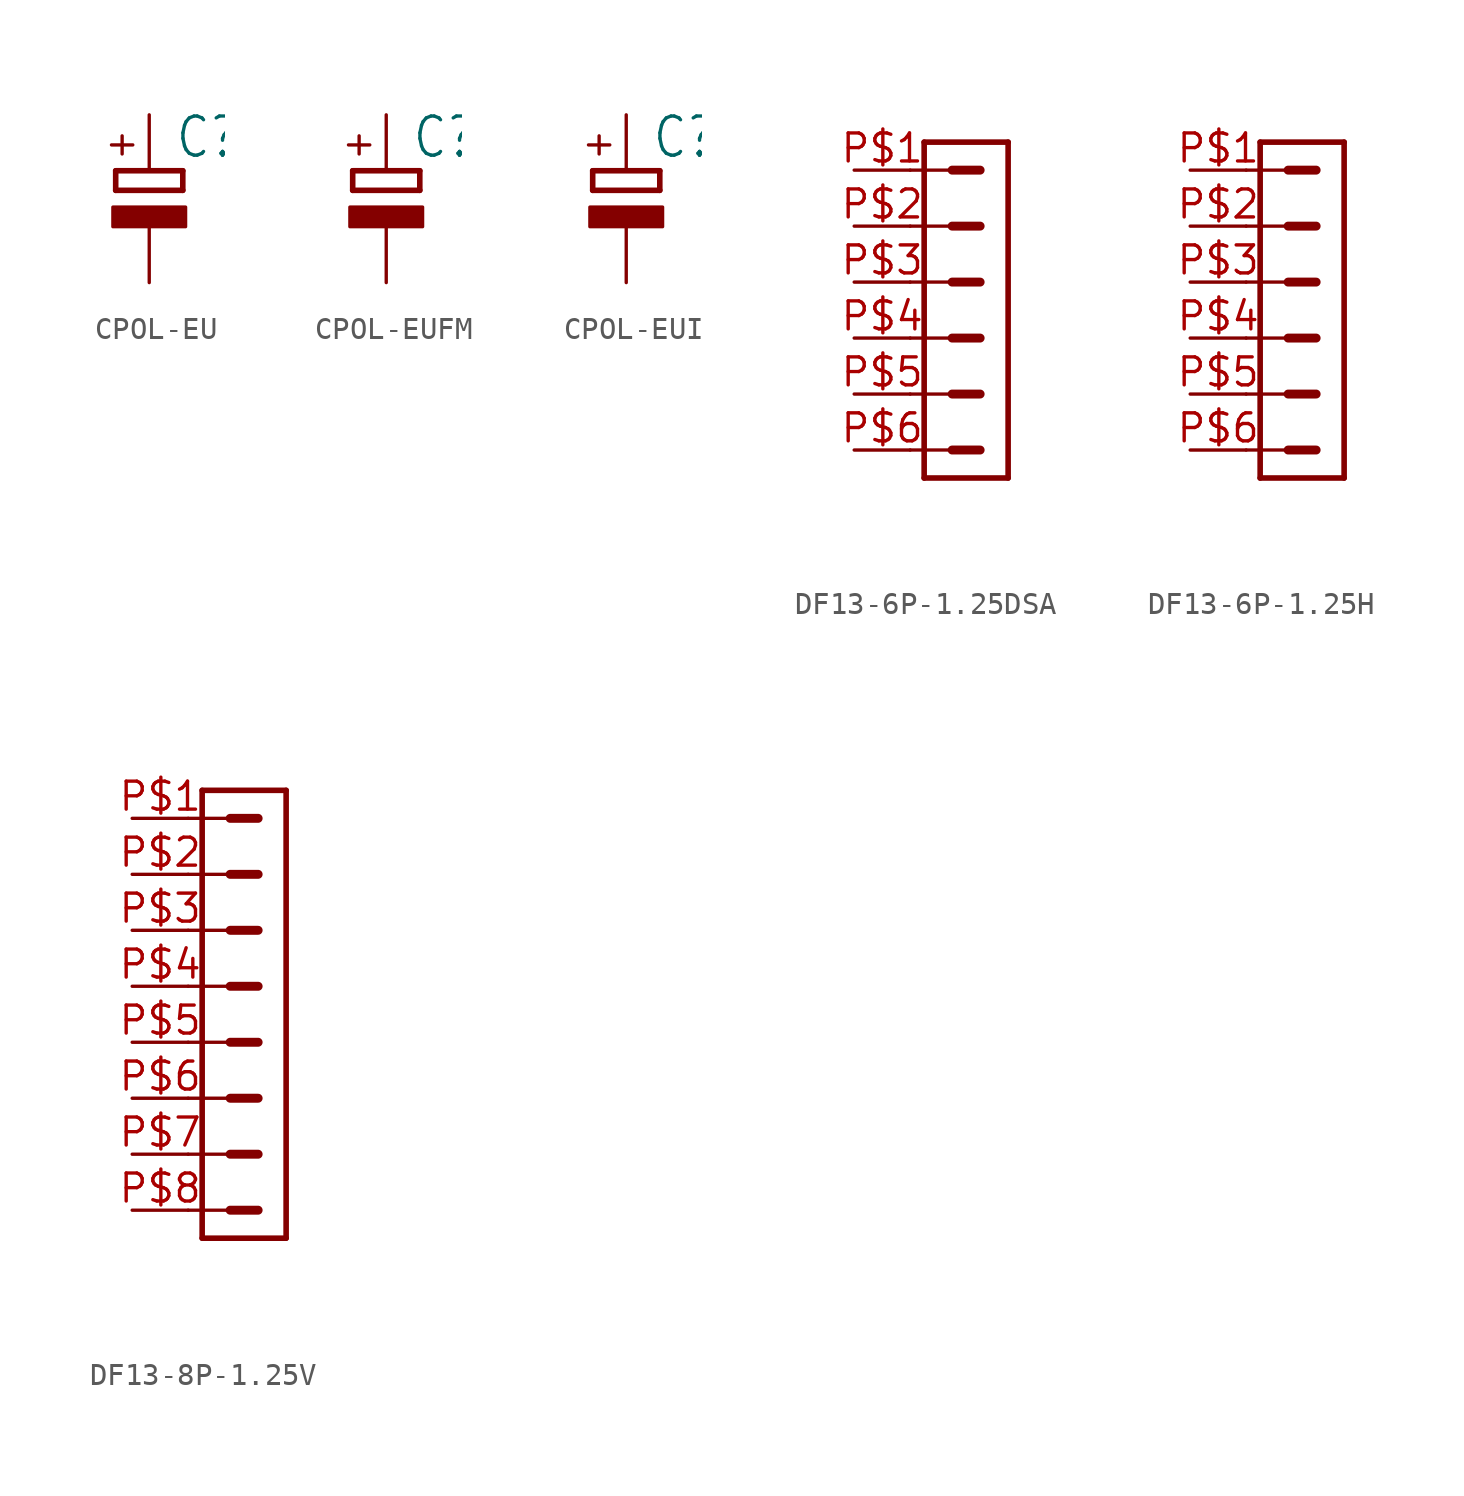
<source format=kicad_sym>
(kicad_symbol_lib
  (version 20231120)
  (generator "kicad_symbol_editor")
  (generator_version "8.0")
  (symbol "CPOL-EU"
    (property "Reference" "C"
      (at 1.143 0.483 0)
      (effects (font (size 1.778 1.511)) (justify left bottom)))
    (property "Value" ""
      (at 1.143 -4.597 0)
      (effects (font (size 1.778 1.511)) (justify left bottom)))
    (property "ki_locked" ""
      (at 0 0 0)
      (effects (font (size 1.27 1.27))))
    (symbol "CPOL-EU_1_0"
      (rectangle (start -1.651 -2.54) (end 1.651 -1.651) (stroke (width 0) (type default)) (fill (type outline)))
      (polyline (pts (xy -1.524 -0.889) (xy 1.524 -0.889)) (stroke (width 0.254) (type solid)) (fill (type none)))
      (polyline (pts (xy -1.524 0) (xy -1.524 -0.889)) (stroke (width 0.254) (type solid)) (fill (type none)))
      (polyline (pts (xy -1.524 0) (xy 1.524 0)) (stroke (width 0.254) (type solid)) (fill (type none)))
      (polyline (pts (xy 1.524 -0.889) (xy 1.524 0)) (stroke (width 0.254) (type solid)) (fill (type none)))
      (text "+" (at -0.584 0.406 900) (effects (font (size 1.27 1.079)) (justify left bottom)))
      (pin passive line (at 0 2.54 270) (length 2.54) (name "+" (effects (font (size 0 0)))) (number "A" (effects (font (size 0 0)))))
      (pin passive line (at 0 -5.08 90) (length 2.54) (name "-" (effects (font (size 0 0)))) (number "B" (effects (font (size 0 0)))))))
  (symbol "CPOL-EUFM"
    (property "Reference" "C"
      (at 1.143 0.483 0)
      (effects (font (size 1.778 1.511)) (justify left bottom)))
    (property "Value" ""
      (at 1.143 -4.597 0)
      (effects (font (size 1.778 1.511)) (justify left bottom)))
    (property "ki_locked" ""
      (at 0 0 0)
      (effects (font (size 1.27 1.27))))
    (symbol "CPOL-EUFM_1_0"
      (rectangle (start -1.651 -2.54) (end 1.651 -1.651) (stroke (width 0) (type default)) (fill (type outline)))
      (polyline (pts (xy -1.524 -0.889) (xy 1.524 -0.889)) (stroke (width 0.254) (type solid)) (fill (type none)))
      (polyline (pts (xy -1.524 0) (xy -1.524 -0.889)) (stroke (width 0.254) (type solid)) (fill (type none)))
      (polyline (pts (xy -1.524 0) (xy 1.524 0)) (stroke (width 0.254) (type solid)) (fill (type none)))
      (polyline (pts (xy 1.524 -0.889) (xy 1.524 0)) (stroke (width 0.254) (type solid)) (fill (type none)))
      (text "+" (at -0.584 0.406 900) (effects (font (size 1.27 1.079)) (justify left bottom)))
      (pin passive line (at 0 2.54 270) (length 2.54) (name "+" (effects (font (size 0 0)))) (number "+" (effects (font (size 0 0)))))
      (pin passive line (at 0 -5.08 90) (length 2.54) (name "-" (effects (font (size 0 0)))) (number "-" (effects (font (size 0 0)))))))
  (symbol "CPOL-EUI"
    (property "Reference" "C"
      (at 1.143 0.483 0)
      (effects (font (size 1.778 1.511)) (justify left bottom)))
    (property "Value" ""
      (at 1.143 -4.597 0)
      (effects (font (size 1.778 1.511)) (justify left bottom)))
    (property "ki_locked" ""
      (at 0 0 0)
      (effects (font (size 1.27 1.27))))
    (symbol "CPOL-EUI_1_0"
      (rectangle (start -1.651 -2.54) (end 1.651 -1.651) (stroke (width 0) (type default)) (fill (type outline)))
      (polyline (pts (xy -1.524 -0.889) (xy 1.524 -0.889)) (stroke (width 0.254) (type solid)) (fill (type none)))
      (polyline (pts (xy -1.524 0) (xy -1.524 -0.889)) (stroke (width 0.254) (type solid)) (fill (type none)))
      (polyline (pts (xy -1.524 0) (xy 1.524 0)) (stroke (width 0.254) (type solid)) (fill (type none)))
      (polyline (pts (xy 1.524 -0.889) (xy 1.524 0)) (stroke (width 0.254) (type solid)) (fill (type none)))
      (text "+" (at -0.584 0.406 900) (effects (font (size 1.27 1.079)) (justify left bottom)))
      (pin passive line (at 0 -5.08 90) (length 2.54) (name "-" (effects (font (size 0 0)))) (number "A" (effects (font (size 0 0)))))
      (pin passive line (at 0 2.54 270) (length 2.54) (name "+" (effects (font (size 0 0)))) (number "B" (effects (font (size 0 0)))))))
  (symbol "DF13-6P-1.25DSA"
    (property "Reference" ""
      (at -1.905 7.62 0)
      (effects (font (size 1.778 1.511)) (justify left bottom) (hide yes)))
    (property "Value" ""
      (at -1.905 -11.748 0)
      (effects (font (size 1.778 1.511)) (justify left bottom)))
    (property "ki_locked" ""
      (at 0 0 0)
      (effects (font (size 1.27 1.27))))
    (symbol "DF13-6P-1.25DSA_1_0"
      (polyline (pts (xy -2.54 -7.62) (xy -0.635 -7.62)) (stroke (width 0.152) (type solid)) (fill (type none)))
      (polyline (pts (xy -2.54 -5.08) (xy -0.635 -5.08)) (stroke (width 0.152) (type solid)) (fill (type none)))
      (polyline (pts (xy -2.54 -2.54) (xy -0.635 -2.54)) (stroke (width 0.152) (type solid)) (fill (type none)))
      (polyline (pts (xy -2.54 0) (xy -0.635 0)) (stroke (width 0.152) (type solid)) (fill (type none)))
      (polyline (pts (xy -2.54 2.54) (xy -0.635 2.54)) (stroke (width 0.152) (type solid)) (fill (type none)))
      (polyline (pts (xy -2.54 5.08) (xy -0.635 5.08)) (stroke (width 0.152) (type solid)) (fill (type none)))
      (polyline (pts (xy -1.905 -8.89) (xy -1.905 6.35)) (stroke (width 0.254) (type solid)) (fill (type none)))
      (polyline (pts (xy -1.905 -8.89) (xy 1.905 -8.89)) (stroke (width 0.254) (type solid)) (fill (type none)))
      (polyline (pts (xy -0.635 -7.62) (xy 0.635 -7.62)) (stroke (width 0.406) (type solid)) (fill (type none)))
      (polyline (pts (xy -0.635 -5.08) (xy 0.635 -5.08)) (stroke (width 0.406) (type solid)) (fill (type none)))
      (polyline (pts (xy -0.635 -2.54) (xy 0.635 -2.54)) (stroke (width 0.406) (type solid)) (fill (type none)))
      (polyline (pts (xy -0.635 0) (xy 0.635 0)) (stroke (width 0.406) (type solid)) (fill (type none)))
      (polyline (pts (xy -0.635 2.54) (xy 0.635 2.54)) (stroke (width 0.406) (type solid)) (fill (type none)))
      (polyline (pts (xy -0.635 5.08) (xy 0.635 5.08)) (stroke (width 0.406) (type solid)) (fill (type none)))
      (polyline (pts (xy 1.905 6.35) (xy -1.905 6.35)) (stroke (width 0.254) (type solid)) (fill (type none)))
      (polyline (pts (xy 1.905 6.35) (xy 1.905 -8.89)) (stroke (width 0.254) (type solid)) (fill (type none)))
      (pin passive line (at -5.08 5.08 0) (length 2.54) (name "1" (effects (font (size 0 0)))) (number "P$1" (effects (font (size 1.27 1.27)))))
      (pin passive line (at -5.08 2.54 0) (length 2.54) (name "2" (effects (font (size 0 0)))) (number "P$2" (effects (font (size 1.27 1.27)))))
      (pin passive line (at -5.08 0 0) (length 2.54) (name "3" (effects (font (size 0 0)))) (number "P$3" (effects (font (size 1.27 1.27)))))
      (pin passive line (at -5.08 -2.54 0) (length 2.54) (name "4" (effects (font (size 0 0)))) (number "P$4" (effects (font (size 1.27 1.27)))))
      (pin passive line (at -5.08 -5.08 0) (length 2.54) (name "5" (effects (font (size 0 0)))) (number "P$5" (effects (font (size 1.27 1.27)))))
      (pin passive line (at -5.08 -7.62 0) (length 2.54) (name "6" (effects (font (size 0 0)))) (number "P$6" (effects (font (size 1.27 1.27)))))))
  (symbol "DF13-6P-1.25H"
    (property "Reference" ""
      (at -1.905 7.62 0)
      (effects (font (size 1.778 1.511)) (justify left bottom) (hide yes)))
    (property "Value" ""
      (at -1.905 -11.748 0)
      (effects (font (size 1.778 1.511)) (justify left bottom)))
    (property "ki_locked" ""
      (at 0 0 0)
      (effects (font (size 1.27 1.27))))
    (symbol "DF13-6P-1.25H_1_0"
      (polyline (pts (xy -2.54 -7.62) (xy -0.635 -7.62)) (stroke (width 0.152) (type solid)) (fill (type none)))
      (polyline (pts (xy -2.54 -5.08) (xy -0.635 -5.08)) (stroke (width 0.152) (type solid)) (fill (type none)))
      (polyline (pts (xy -2.54 -2.54) (xy -0.635 -2.54)) (stroke (width 0.152) (type solid)) (fill (type none)))
      (polyline (pts (xy -2.54 0) (xy -0.635 0)) (stroke (width 0.152) (type solid)) (fill (type none)))
      (polyline (pts (xy -2.54 2.54) (xy -0.635 2.54)) (stroke (width 0.152) (type solid)) (fill (type none)))
      (polyline (pts (xy -2.54 5.08) (xy -0.635 5.08)) (stroke (width 0.152) (type solid)) (fill (type none)))
      (polyline (pts (xy -1.905 -8.89) (xy -1.905 6.35)) (stroke (width 0.254) (type solid)) (fill (type none)))
      (polyline (pts (xy -1.905 -8.89) (xy 1.905 -8.89)) (stroke (width 0.254) (type solid)) (fill (type none)))
      (polyline (pts (xy -0.635 -7.62) (xy 0.635 -7.62)) (stroke (width 0.406) (type solid)) (fill (type none)))
      (polyline (pts (xy -0.635 -5.08) (xy 0.635 -5.08)) (stroke (width 0.406) (type solid)) (fill (type none)))
      (polyline (pts (xy -0.635 -2.54) (xy 0.635 -2.54)) (stroke (width 0.406) (type solid)) (fill (type none)))
      (polyline (pts (xy -0.635 0) (xy 0.635 0)) (stroke (width 0.406) (type solid)) (fill (type none)))
      (polyline (pts (xy -0.635 2.54) (xy 0.635 2.54)) (stroke (width 0.406) (type solid)) (fill (type none)))
      (polyline (pts (xy -0.635 5.08) (xy 0.635 5.08)) (stroke (width 0.406) (type solid)) (fill (type none)))
      (polyline (pts (xy 1.905 6.35) (xy -1.905 6.35)) (stroke (width 0.254) (type solid)) (fill (type none)))
      (polyline (pts (xy 1.905 6.35) (xy 1.905 -8.89)) (stroke (width 0.254) (type solid)) (fill (type none)))
      (pin passive line (at -5.08 5.08 0) (length 2.54) (name "1" (effects (font (size 0 0)))) (number "P$1" (effects (font (size 1.27 1.27)))))
      (pin passive line (at -5.08 2.54 0) (length 2.54) (name "2" (effects (font (size 0 0)))) (number "P$2" (effects (font (size 1.27 1.27)))))
      (pin passive line (at -5.08 0 0) (length 2.54) (name "3" (effects (font (size 0 0)))) (number "P$3" (effects (font (size 1.27 1.27)))))
      (pin passive line (at -5.08 -2.54 0) (length 2.54) (name "4" (effects (font (size 0 0)))) (number "P$4" (effects (font (size 1.27 1.27)))))
      (pin passive line (at -5.08 -5.08 0) (length 2.54) (name "5" (effects (font (size 0 0)))) (number "P$5" (effects (font (size 1.27 1.27)))))
      (pin passive line (at -5.08 -7.62 0) (length 2.54) (name "6" (effects (font (size 0 0)))) (number "P$6" (effects (font (size 1.27 1.27)))))))
  (symbol "DF13-8P-1.25V"
    (property "Reference" ""
      (at -1.905 10.16 0)
      (effects (font (size 1.778 1.511)) (justify left bottom) (hide yes)))
    (property "Value" ""
      (at -1.905 -14.287 0)
      (effects (font (size 1.778 1.511)) (justify left bottom)))
    (property "ki_locked" ""
      (at 0 0 0)
      (effects (font (size 1.27 1.27))))
    (symbol "DF13-8P-1.25V_1_0"
      (polyline (pts (xy -2.54 -10.16) (xy -0.635 -10.16)) (stroke (width 0.152) (type solid)) (fill (type none)))
      (polyline (pts (xy -2.54 -7.62) (xy -0.635 -7.62)) (stroke (width 0.152) (type solid)) (fill (type none)))
      (polyline (pts (xy -2.54 -5.08) (xy -0.635 -5.08)) (stroke (width 0.152) (type solid)) (fill (type none)))
      (polyline (pts (xy -2.54 -2.54) (xy -0.635 -2.54)) (stroke (width 0.152) (type solid)) (fill (type none)))
      (polyline (pts (xy -2.54 0) (xy -0.635 0)) (stroke (width 0.152) (type solid)) (fill (type none)))
      (polyline (pts (xy -2.54 2.54) (xy -0.635 2.54)) (stroke (width 0.152) (type solid)) (fill (type none)))
      (polyline (pts (xy -2.54 5.08) (xy -0.635 5.08)) (stroke (width 0.152) (type solid)) (fill (type none)))
      (polyline (pts (xy -2.54 7.62) (xy -0.635 7.62)) (stroke (width 0.152) (type solid)) (fill (type none)))
      (polyline (pts (xy -1.905 -11.43) (xy -1.905 8.89)) (stroke (width 0.254) (type solid)) (fill (type none)))
      (polyline (pts (xy -1.905 -11.43) (xy 1.905 -11.43)) (stroke (width 0.254) (type solid)) (fill (type none)))
      (polyline (pts (xy -0.635 -10.16) (xy 0.635 -10.16)) (stroke (width 0.406) (type solid)) (fill (type none)))
      (polyline (pts (xy -0.635 -7.62) (xy 0.635 -7.62)) (stroke (width 0.406) (type solid)) (fill (type none)))
      (polyline (pts (xy -0.635 -5.08) (xy 0.635 -5.08)) (stroke (width 0.406) (type solid)) (fill (type none)))
      (polyline (pts (xy -0.635 -2.54) (xy 0.635 -2.54)) (stroke (width 0.406) (type solid)) (fill (type none)))
      (polyline (pts (xy -0.635 0) (xy 0.635 0)) (stroke (width 0.406) (type solid)) (fill (type none)))
      (polyline (pts (xy -0.635 2.54) (xy 0.635 2.54)) (stroke (width 0.406) (type solid)) (fill (type none)))
      (polyline (pts (xy -0.635 5.08) (xy 0.635 5.08)) (stroke (width 0.406) (type solid)) (fill (type none)))
      (polyline (pts (xy -0.635 7.62) (xy 0.635 7.62)) (stroke (width 0.406) (type solid)) (fill (type none)))
      (polyline (pts (xy 1.905 8.89) (xy -1.905 8.89)) (stroke (width 0.254) (type solid)) (fill (type none)))
      (polyline (pts (xy 1.905 8.89) (xy 1.905 -11.43)) (stroke (width 0.254) (type solid)) (fill (type none)))
      (pin passive line (at -5.08 7.62 0) (length 2.54) (name "1" (effects (font (size 0 0)))) (number "P$1" (effects (font (size 1.27 1.27)))))
      (pin passive line (at -5.08 5.08 0) (length 2.54) (name "2" (effects (font (size 0 0)))) (number "P$2" (effects (font (size 1.27 1.27)))))
      (pin passive line (at -5.08 2.54 0) (length 2.54) (name "3" (effects (font (size 0 0)))) (number "P$3" (effects (font (size 1.27 1.27)))))
      (pin passive line (at -5.08 0 0) (length 2.54) (name "4" (effects (font (size 0 0)))) (number "P$4" (effects (font (size 1.27 1.27)))))
      (pin passive line (at -5.08 -2.54 0) (length 2.54) (name "5" (effects (font (size 0 0)))) (number "P$5" (effects (font (size 1.27 1.27)))))
      (pin passive line (at -5.08 -5.08 0) (length 2.54) (name "6" (effects (font (size 0 0)))) (number "P$6" (effects (font (size 1.27 1.27)))))
      (pin passive line (at -5.08 -7.62 0) (length 2.54) (name "7" (effects (font (size 0 0)))) (number "P$7" (effects (font (size 1.27 1.27)))))
      (pin passive line (at -5.08 -10.16 0) (length 2.54) (name "8" (effects (font (size 0 0)))) (number "P$8" (effects (font (size 1.27 1.27))))))))
</source>
